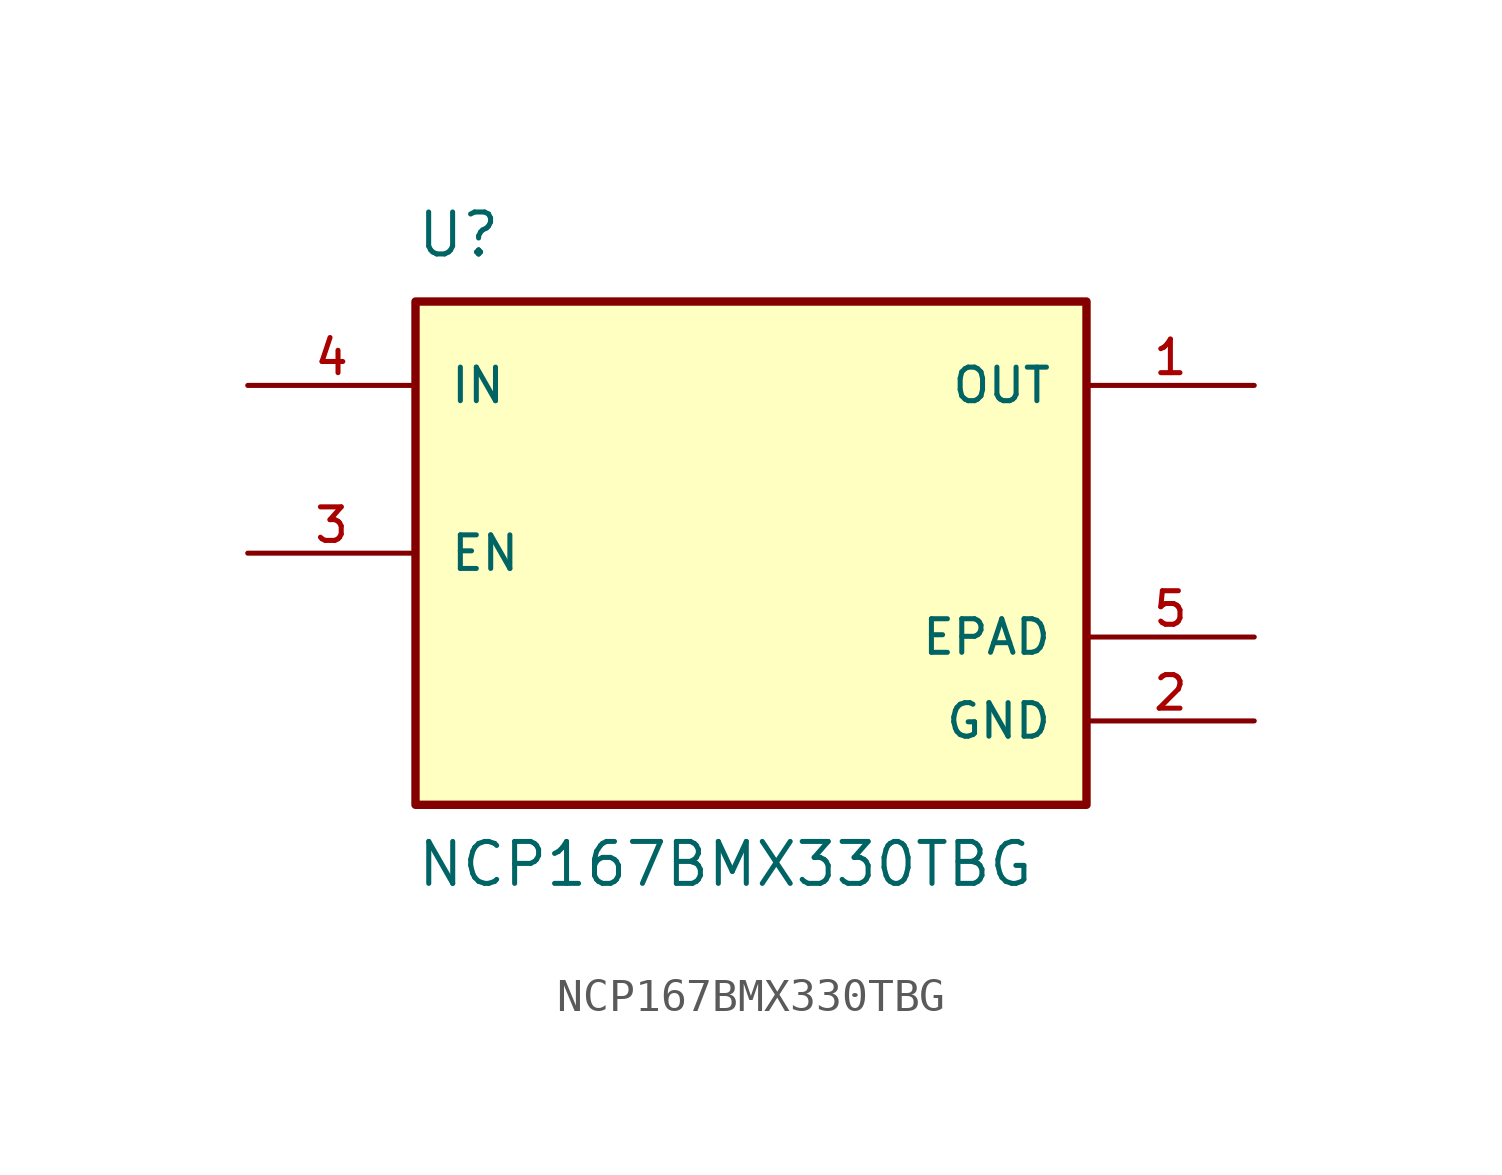
<source format=kicad_sym>
(kicad_symbol_lib
  (version 20211014)
  (generator kicad_symbol_editor)
  (symbol "NCP167BMX330TBG"
    (pin_names
      (offset 1.016))
    (property "Reference" "U"
      (at -10.164 8.898 0)
      (effects (font (size 1.27 1.27)) (justify bottom left)))
    (property "Value" "NCP167BMX330TBG"
      (at -10.161 -10.163 0)
      (effects (font (size 1.27 1.27)) (justify bottom left)))
    (symbol "NCP167BMX330TBG_0_0"
      (rectangle (start -10.16 -7.62) (end 10.16 7.62) (stroke (width 0.254)) (fill (type background)))
      (pin input line (at -15.24 5.08 0) (length 5.08) (name "IN" (effects (font (size 1.016 1.016)))) (number "4" (effects (font (size 1.016 1.016)))))
      (pin output line (at 15.24 5.08 180.0) (length 5.08) (name "OUT" (effects (font (size 1.016 1.016)))) (number "1" (effects (font (size 1.016 1.016)))))
      (pin power_in line (at 15.24 -5.08 180.0) (length 5.08) (name "GND" (effects (font (size 1.016 1.016)))) (number "2" (effects (font (size 1.016 1.016)))))
      (pin input line (at -15.24 0.0 0) (length 5.08) (name "EN" (effects (font (size 1.016 1.016)))) (number "3" (effects (font (size 1.016 1.016)))))
      (pin power_in line (at 15.24 -2.54 180.0) (length 5.08) (name "EPAD" (effects (font (size 1.016 1.016)))) (number "5" (effects (font (size 1.016 1.016))))))))
</source>
